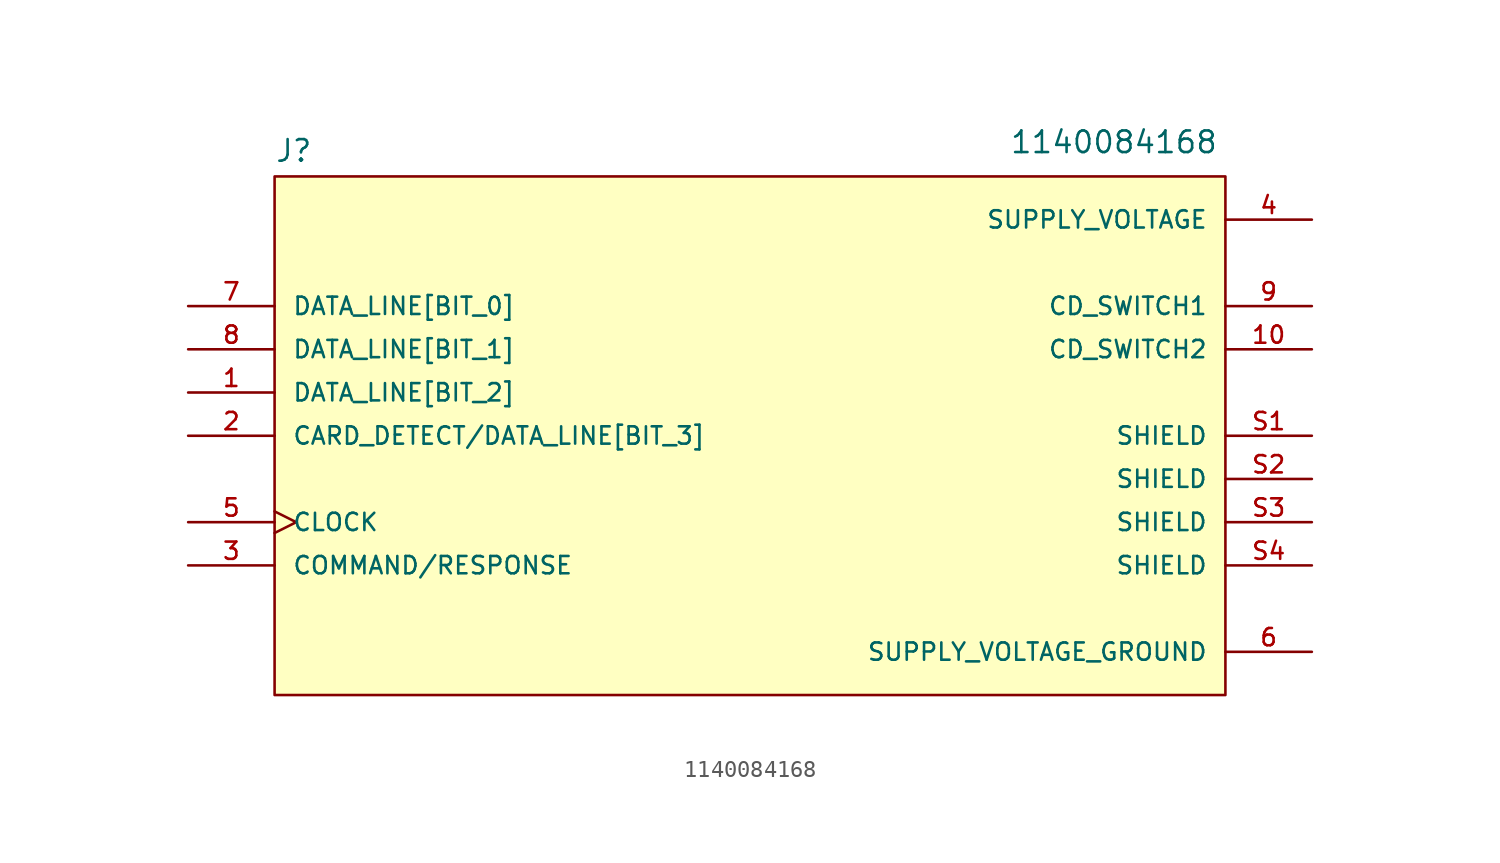
<source format=kicad_sym>
(kicad_symbol_lib
  (version 20220914)
  (generator kicad_symbol_editor)
  (symbol "1140084168"
    (pin_names
      (offset 1.016))
    (property "Reference" "J"
      (at -27.94 16.002 0)
      (effects (font (size 1.27 1.27)) (justify left bottom)))
    (property "Value" "1140084168"
      (at 15.24 16.51 0)
      (effects (font (size 1.27 1.27)) (justify left bottom)))
    (symbol "1140084168_0_0"
      (rectangle (start -27.94 15.24) (end 27.94 -15.24) (stroke (width 0.152) (type default)) (fill (type background)))
      (pin bidirectional line (at -33.02 2.54 0) (length 5.08) (name "DATA_LINE[BIT_2]" (effects (font (size 1.016 1.016)))) (number "1" (effects (font (size 1.016 1.016)))))
      (pin bidirectional line (at 33.02 5.08 180) (length 5.08) (name "CD_SWITCH2" (effects (font (size 1.016 1.016)))) (number "10" (effects (font (size 1.016 1.016)))))
      (pin bidirectional line (at -33.02 0 0) (length 5.08) (name "CARD_DETECT/DATA_LINE[BIT_3]" (effects (font (size 1.016 1.016)))) (number "2" (effects (font (size 1.016 1.016)))))
      (pin bidirectional line (at -33.02 -7.62 0) (length 5.08) (name "COMMAND/RESPONSE" (effects (font (size 1.016 1.016)))) (number "3" (effects (font (size 1.016 1.016)))))
      (pin power_in line (at 33.02 12.7 180) (length 5.08) (name "SUPPLY_VOLTAGE" (effects (font (size 1.016 1.016)))) (number "4" (effects (font (size 1.016 1.016)))))
      (pin bidirectional clock (at -33.02 -5.08 0) (length 5.08) (name "CLOCK" (effects (font (size 1.016 1.016)))) (number "5" (effects (font (size 1.016 1.016)))))
      (pin power_in line (at 33.02 -12.7 180) (length 5.08) (name "SUPPLY_VOLTAGE_GROUND" (effects (font (size 1.016 1.016)))) (number "6" (effects (font (size 1.016 1.016)))))
      (pin bidirectional line (at -33.02 7.62 0) (length 5.08) (name "DATA_LINE[BIT_0]" (effects (font (size 1.016 1.016)))) (number "7" (effects (font (size 1.016 1.016)))))
      (pin bidirectional line (at -33.02 5.08 0) (length 5.08) (name "DATA_LINE[BIT_1]" (effects (font (size 1.016 1.016)))) (number "8" (effects (font (size 1.016 1.016)))))
      (pin bidirectional line (at 33.02 7.62 180) (length 5.08) (name "CD_SWITCH1" (effects (font (size 1.016 1.016)))) (number "9" (effects (font (size 1.016 1.016)))))
      (pin passive line (at 33.02 0 180) (length 5.08) (name "SHIELD" (effects (font (size 1.016 1.016)))) (number "S1" (effects (font (size 1.016 1.016)))))
      (pin passive line (at 33.02 -2.54 180) (length 5.08) (name "SHIELD" (effects (font (size 1.016 1.016)))) (number "S2" (effects (font (size 1.016 1.016)))))
      (pin passive line (at 33.02 -5.08 180) (length 5.08) (name "SHIELD" (effects (font (size 1.016 1.016)))) (number "S3" (effects (font (size 1.016 1.016)))))
      (pin passive line (at 33.02 -7.62 180) (length 5.08) (name "SHIELD" (effects (font (size 1.016 1.016)))) (number "S4" (effects (font (size 1.016 1.016))))))))
</source>
